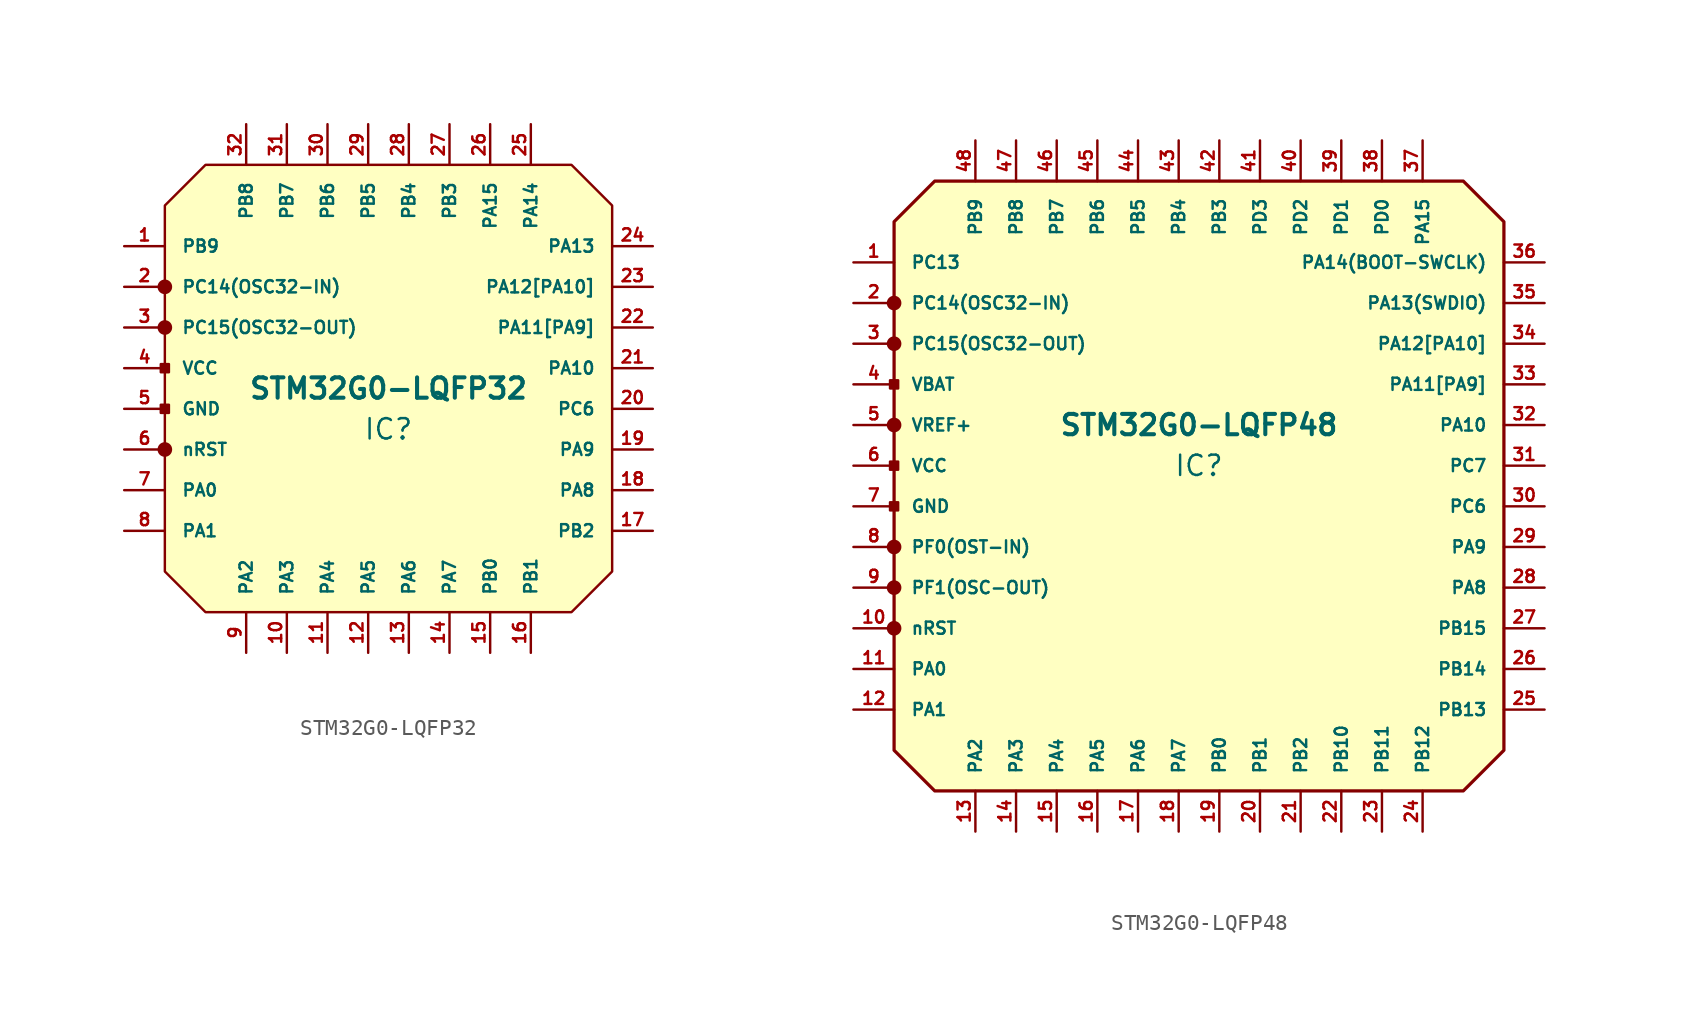
<source format=kicad_sym>
(kicad_symbol_lib
  (version 20231120)
  (generator "kicad_symbol_editor")
  (generator_version "8.0")
  (symbol "STM32G0-LQFP32"
    (pin_names
      (offset 1.016))
    (property "Reference" "IC"
      (at 0 -2.54 0)
      (effects (font (size 1.27 1.27))))
    (property "Value" "STM32G0-LQFP32"
      (at 0 0 0)
      (effects (font (size 1.27 1.27) (bold yes))))
    (symbol "STM32G0-LQFP32_0_1"
      (circle (center -13.97 -3.81) (radius 0.381) (stroke (width 0) (type solid)) (fill (type outline)))
      (circle (center -13.97 3.81) (radius 0.381) (stroke (width 0) (type solid)) (fill (type outline)))
      (circle (center -13.97 6.35) (radius 0.381) (stroke (width 0) (type solid)) (fill (type outline)))
      (polyline (pts (xy -14.224 -1.016) (xy -14.224 -1.524) (xy -13.716 -1.524) (xy -13.716 -1.016) (xy -14.224 -1.016)) (stroke (width 0) (type solid)) (fill (type outline)))
      (polyline (pts (xy -14.224 1.524) (xy -14.224 1.016) (xy -13.716 1.016) (xy -13.716 1.524) (xy -14.224 1.524)) (stroke (width 0) (type solid)) (fill (type outline)))
      (polyline (pts (xy -13.97 11.43) (xy -11.43 13.97) (xy 10.16 13.97) (xy 11.43 13.97) (xy 13.97 11.43) (xy 13.97 -11.43) (xy 11.43 -13.97) (xy -11.43 -13.97) (xy -13.97 -11.43) (xy -13.97 11.43)) (stroke (width 0) (type solid)) (fill (type background))))
    (symbol "STM32G0-LQFP32_1_1"
      (pin bidirectional line (at -16.51 8.89 0) (length 2.54) (name "PB9" (effects (font (size 0.762 0.762)))) (number "1" (effects (font (size 0.762 0.762)))))
      (pin bidirectional line (at -6.35 -16.51 90) (length 2.54) (name "PA3" (effects (font (size 0.762 0.762)))) (number "10" (effects (font (size 0.762 0.762)))))
      (pin bidirectional line (at -3.81 -16.51 90) (length 2.54) (name "PA4" (effects (font (size 0.762 0.762)))) (number "11" (effects (font (size 0.762 0.762)))))
      (pin bidirectional line (at -1.27 -16.51 90) (length 2.54) (name "PA5" (effects (font (size 0.762 0.762)))) (number "12" (effects (font (size 0.762 0.762)))))
      (pin bidirectional line (at 1.27 -16.51 90) (length 2.54) (name "PA6" (effects (font (size 0.762 0.762)))) (number "13" (effects (font (size 0.762 0.762)))))
      (pin bidirectional line (at 3.81 -16.51 90) (length 2.54) (name "PA7" (effects (font (size 0.762 0.762)))) (number "14" (effects (font (size 0.762 0.762)))))
      (pin bidirectional line (at 6.35 -16.51 90) (length 2.54) (name "PB0" (effects (font (size 0.762 0.762)))) (number "15" (effects (font (size 0.762 0.762)))))
      (pin bidirectional line (at 8.89 -16.51 90) (length 2.54) (name "PB1" (effects (font (size 0.762 0.762)))) (number "16" (effects (font (size 0.762 0.762)))))
      (pin bidirectional line (at 16.51 -8.89 180) (length 2.54) (name "PB2" (effects (font (size 0.762 0.762)))) (number "17" (effects (font (size 0.762 0.762)))))
      (pin bidirectional line (at 16.51 -6.35 180) (length 2.54) (name "PA8" (effects (font (size 0.762 0.762)))) (number "18" (effects (font (size 0.762 0.762)))))
      (pin bidirectional line (at 16.51 -3.81 180) (length 2.54) (name "PA9" (effects (font (size 0.762 0.762)))) (number "19" (effects (font (size 0.762 0.762)))))
      (pin bidirectional line (at -16.51 6.35 0) (length 2.54) (name "PC14(OSC32-IN)" (effects (font (size 0.762 0.762)))) (number "2" (effects (font (size 0.762 0.762)))))
      (pin bidirectional line (at 16.51 -1.27 180) (length 2.54) (name "PC6" (effects (font (size 0.762 0.762)))) (number "20" (effects (font (size 0.762 0.762)))))
      (pin bidirectional line (at 16.51 1.27 180) (length 2.54) (name "PA10" (effects (font (size 0.762 0.762)))) (number "21" (effects (font (size 0.762 0.762)))))
      (pin bidirectional line (at 16.51 3.81 180) (length 2.54) (name "PA11[PA9]" (effects (font (size 0.762 0.762)))) (number "22" (effects (font (size 0.762 0.762)))))
      (pin bidirectional line (at 16.51 6.35 180) (length 2.54) (name "PA12[PA10]" (effects (font (size 0.762 0.762)))) (number "23" (effects (font (size 0.762 0.762)))))
      (pin bidirectional line (at 16.51 8.89 180) (length 2.54) (name "PA13" (effects (font (size 0.762 0.762)))) (number "24" (effects (font (size 0.762 0.762)))))
      (pin bidirectional line (at 8.89 16.51 270) (length 2.54) (name "PA14" (effects (font (size 0.762 0.762)))) (number "25" (effects (font (size 0.762 0.762)))))
      (pin bidirectional line (at 6.35 16.51 270) (length 2.54) (name "PA15" (effects (font (size 0.762 0.762)))) (number "26" (effects (font (size 0.762 0.762)))))
      (pin bidirectional line (at 3.81 16.51 270) (length 2.54) (name "PB3" (effects (font (size 0.762 0.762)))) (number "27" (effects (font (size 0.762 0.762)))))
      (pin bidirectional line (at 1.27 16.51 270) (length 2.54) (name "PB4" (effects (font (size 0.762 0.762)))) (number "28" (effects (font (size 0.762 0.762)))))
      (pin bidirectional line (at -1.27 16.51 270) (length 2.54) (name "PB5" (effects (font (size 0.762 0.762)))) (number "29" (effects (font (size 0.762 0.762)))))
      (pin bidirectional line (at -16.51 3.81 0) (length 2.54) (name "PC15(OSC32-OUT)" (effects (font (size 0.762 0.762)))) (number "3" (effects (font (size 0.762 0.762)))))
      (pin bidirectional line (at -3.81 16.51 270) (length 2.54) (name "PB6" (effects (font (size 0.762 0.762)))) (number "30" (effects (font (size 0.762 0.762)))))
      (pin bidirectional line (at -6.35 16.51 270) (length 2.54) (name "PB7" (effects (font (size 0.762 0.762)))) (number "31" (effects (font (size 0.762 0.762)))))
      (pin bidirectional line (at -8.89 16.51 270) (length 2.54) (name "PB8" (effects (font (size 0.762 0.762)))) (number "32" (effects (font (size 0.762 0.762)))))
      (pin power_in line (at -16.51 1.27 0) (length 2.54) (name "VCC" (effects (font (size 0.762 0.762)))) (number "4" (effects (font (size 0.762 0.762)))))
      (pin power_in line (at -16.51 -1.27 0) (length 2.54) (name "GND" (effects (font (size 0.762 0.762)))) (number "5" (effects (font (size 0.762 0.762)))))
      (pin input line (at -16.51 -3.81 0) (length 2.54) (name "nRST" (effects (font (size 0.762 0.762)))) (number "6" (effects (font (size 0.762 0.762)))))
      (pin bidirectional line (at -16.51 -6.35 0) (length 2.54) (name "PA0" (effects (font (size 0.762 0.762)))) (number "7" (effects (font (size 0.762 0.762)))))
      (pin bidirectional line (at -16.51 -8.89 0) (length 2.54) (name "PA1" (effects (font (size 0.762 0.762)))) (number "8" (effects (font (size 0.762 0.762)))))
      (pin bidirectional line (at -8.89 -16.51 90) (length 2.54) (name "PA2" (effects (font (size 0.762 0.762)))) (number "9" (effects (font (size 0.762 0.762)))))))
  (symbol "STM32G0-LQFP48"
    (pin_names
      (offset 1.016))
    (property "Reference" "IC"
      (at 0 1.27 0)
      (effects (font (size 1.27 1.27))))
    (property "Value" "STM32G0-LQFP48"
      (at 0 3.81 0)
      (effects (font (size 1.27 1.27) (bold yes))))
    (symbol "STM32G0-LQFP48_0_1"
      (polyline (pts (xy -13.97 -19.05) (xy -16.51 -19.05) (xy -19.05 -16.51) (xy -19.05 16.51) (xy -16.51 19.05) (xy 16.51 19.05) (xy 19.05 16.51) (xy 19.05 -16.51) (xy 16.51 -19.05) (xy -13.97 -19.05)) (stroke (width 0.203) (type solid)) (fill (type background))))
    (symbol "STM32G0-LQFP48_1_1"
      (circle (center -19.05 -8.89) (radius 0.381) (stroke (width 0) (type solid)) (fill (type outline)))
      (circle (center -19.05 -6.35) (radius 0.381) (stroke (width 0) (type solid)) (fill (type outline)))
      (circle (center -19.05 -3.81) (radius 0.381) (stroke (width 0) (type solid)) (fill (type outline)))
      (circle (center -19.05 3.81) (radius 0.381) (stroke (width 0) (type solid)) (fill (type outline)))
      (circle (center -19.05 8.89) (radius 0.381) (stroke (width 0) (type solid)) (fill (type outline)))
      (circle (center -19.05 11.43) (radius 0.381) (stroke (width 0) (type solid)) (fill (type outline)))
      (polyline (pts (xy -19.304 -1.016) (xy -19.304 -1.524) (xy -18.796 -1.524) (xy -18.796 -1.016) (xy -19.304 -1.016)) (stroke (width 0) (type solid)) (fill (type outline)))
      (polyline (pts (xy -19.304 1.524) (xy -19.304 1.016) (xy -18.796 1.016) (xy -18.796 1.524) (xy -19.304 1.524)) (stroke (width 0) (type solid)) (fill (type outline)))
      (polyline (pts (xy -19.304 6.604) (xy -19.304 6.096) (xy -18.796 6.096) (xy -18.796 6.604) (xy -19.304 6.604)) (stroke (width 0) (type solid)) (fill (type outline)))
      (pin bidirectional line (at -21.59 13.97 0) (length 2.54) (name "PC13" (effects (font (size 0.762 0.762)))) (number "1" (effects (font (size 0.762 0.762)))))
      (pin input line (at -21.59 -8.89 0) (length 2.54) (name "nRST" (effects (font (size 0.762 0.762)))) (number "10" (effects (font (size 0.762 0.762)))))
      (pin bidirectional line (at -21.59 -11.43 0) (length 2.54) (name "PA0" (effects (font (size 0.762 0.762)))) (number "11" (effects (font (size 0.762 0.762)))))
      (pin bidirectional line (at -21.59 -13.97 0) (length 2.54) (name "PA1" (effects (font (size 0.762 0.762)))) (number "12" (effects (font (size 0.762 0.762)))))
      (pin bidirectional line (at -13.97 -21.59 90) (length 2.54) (name "PA2" (effects (font (size 0.762 0.762)))) (number "13" (effects (font (size 0.762 0.762)))))
      (pin bidirectional line (at -11.43 -21.59 90) (length 2.54) (name "PA3" (effects (font (size 0.762 0.762)))) (number "14" (effects (font (size 0.762 0.762)))))
      (pin bidirectional line (at -8.89 -21.59 90) (length 2.54) (name "PA4" (effects (font (size 0.762 0.762)))) (number "15" (effects (font (size 0.762 0.762)))))
      (pin bidirectional line (at -6.35 -21.59 90) (length 2.54) (name "PA5" (effects (font (size 0.762 0.762)))) (number "16" (effects (font (size 0.762 0.762)))))
      (pin bidirectional line (at -3.81 -21.59 90) (length 2.54) (name "PA6" (effects (font (size 0.762 0.762)))) (number "17" (effects (font (size 0.762 0.762)))))
      (pin bidirectional line (at -1.27 -21.59 90) (length 2.54) (name "PA7" (effects (font (size 0.762 0.762)))) (number "18" (effects (font (size 0.762 0.762)))))
      (pin bidirectional line (at 1.27 -21.59 90) (length 2.54) (name "PB0" (effects (font (size 0.762 0.762)))) (number "19" (effects (font (size 0.762 0.762)))))
      (pin bidirectional line (at -21.59 11.43 0) (length 2.54) (name "PC14(OSC32-IN)" (effects (font (size 0.762 0.762)))) (number "2" (effects (font (size 0.762 0.762)))))
      (pin bidirectional line (at 3.81 -21.59 90) (length 2.54) (name "PB1" (effects (font (size 0.762 0.762)))) (number "20" (effects (font (size 0.762 0.762)))))
      (pin bidirectional line (at 6.35 -21.59 90) (length 2.54) (name "PB2" (effects (font (size 0.762 0.762)))) (number "21" (effects (font (size 0.762 0.762)))))
      (pin bidirectional line (at 8.89 -21.59 90) (length 2.54) (name "PB10" (effects (font (size 0.762 0.762)))) (number "22" (effects (font (size 0.762 0.762)))))
      (pin bidirectional line (at 11.43 -21.59 90) (length 2.54) (name "PB11" (effects (font (size 0.762 0.762)))) (number "23" (effects (font (size 0.762 0.762)))))
      (pin bidirectional line (at 13.97 -21.59 90) (length 2.54) (name "PB12" (effects (font (size 0.762 0.762)))) (number "24" (effects (font (size 0.762 0.762)))))
      (pin bidirectional line (at 21.59 -13.97 180) (length 2.54) (name "PB13" (effects (font (size 0.762 0.762)))) (number "25" (effects (font (size 0.762 0.762)))))
      (pin bidirectional line (at 21.59 -11.43 180) (length 2.54) (name "PB14" (effects (font (size 0.762 0.762)))) (number "26" (effects (font (size 0.762 0.762)))))
      (pin bidirectional line (at 21.59 -8.89 180) (length 2.54) (name "PB15" (effects (font (size 0.762 0.762)))) (number "27" (effects (font (size 0.762 0.762)))))
      (pin bidirectional line (at 21.59 -6.35 180) (length 2.54) (name "PA8" (effects (font (size 0.762 0.762)))) (number "28" (effects (font (size 0.762 0.762)))))
      (pin bidirectional line (at 21.59 -3.81 180) (length 2.54) (name "PA9" (effects (font (size 0.762 0.762)))) (number "29" (effects (font (size 0.762 0.762)))))
      (pin bidirectional line (at -21.59 8.89 0) (length 2.54) (name "PC15(OSC32-OUT)" (effects (font (size 0.762 0.762)))) (number "3" (effects (font (size 0.762 0.762)))))
      (pin bidirectional line (at 21.59 -1.27 180) (length 2.54) (name "PC6" (effects (font (size 0.762 0.762)))) (number "30" (effects (font (size 0.762 0.762)))))
      (pin bidirectional line (at 21.59 1.27 180) (length 2.54) (name "PC7" (effects (font (size 0.762 0.762)))) (number "31" (effects (font (size 0.762 0.762)))))
      (pin bidirectional line (at 21.59 3.81 180) (length 2.54) (name "PA10" (effects (font (size 0.762 0.762)))) (number "32" (effects (font (size 0.762 0.762)))))
      (pin bidirectional line (at 21.59 6.35 180) (length 2.54) (name "PA11[PA9]" (effects (font (size 0.762 0.762)))) (number "33" (effects (font (size 0.762 0.762)))))
      (pin bidirectional line (at 21.59 8.89 180) (length 2.54) (name "PA12[PA10]" (effects (font (size 0.762 0.762)))) (number "34" (effects (font (size 0.762 0.762)))))
      (pin bidirectional line (at 21.59 11.43 180) (length 2.54) (name "PA13(SWDIO)" (effects (font (size 0.762 0.762)))) (number "35" (effects (font (size 0.762 0.762)))))
      (pin bidirectional line (at 21.59 13.97 180) (length 2.54) (name "PA14(BOOT-SWCLK)" (effects (font (size 0.762 0.762)))) (number "36" (effects (font (size 0.762 0.762)))))
      (pin bidirectional line (at 13.97 21.59 270) (length 2.54) (name "PA15" (effects (font (size 0.762 0.762)))) (number "37" (effects (font (size 0.762 0.762)))))
      (pin bidirectional line (at 11.43 21.59 270) (length 2.54) (name "PD0" (effects (font (size 0.762 0.762)))) (number "38" (effects (font (size 0.762 0.762)))))
      (pin bidirectional line (at 8.89 21.59 270) (length 2.54) (name "PD1" (effects (font (size 0.762 0.762)))) (number "39" (effects (font (size 0.762 0.762)))))
      (pin power_in line (at -21.59 6.35 0) (length 2.54) (name "VBAT" (effects (font (size 0.762 0.762)))) (number "4" (effects (font (size 0.762 0.762)))))
      (pin bidirectional line (at 6.35 21.59 270) (length 2.54) (name "PD2" (effects (font (size 0.762 0.762)))) (number "40" (effects (font (size 0.762 0.762)))))
      (pin bidirectional line (at 3.81 21.59 270) (length 2.54) (name "PD3" (effects (font (size 0.762 0.762)))) (number "41" (effects (font (size 0.762 0.762)))))
      (pin bidirectional line (at 1.27 21.59 270) (length 2.54) (name "PB3" (effects (font (size 0.762 0.762)))) (number "42" (effects (font (size 0.762 0.762)))))
      (pin bidirectional line (at -1.27 21.59 270) (length 2.54) (name "PB4" (effects (font (size 0.762 0.762)))) (number "43" (effects (font (size 0.762 0.762)))))
      (pin bidirectional line (at -3.81 21.59 270) (length 2.54) (name "PB5" (effects (font (size 0.762 0.762)))) (number "44" (effects (font (size 0.762 0.762)))))
      (pin bidirectional line (at -6.35 21.59 270) (length 2.54) (name "PB6" (effects (font (size 0.762 0.762)))) (number "45" (effects (font (size 0.762 0.762)))))
      (pin bidirectional line (at -8.89 21.59 270) (length 2.54) (name "PB7" (effects (font (size 0.762 0.762)))) (number "46" (effects (font (size 0.762 0.762)))))
      (pin bidirectional line (at -11.43 21.59 270) (length 2.54) (name "PB8" (effects (font (size 0.762 0.762)))) (number "47" (effects (font (size 0.762 0.762)))))
      (pin bidirectional line (at -13.97 21.59 270) (length 2.54) (name "PB9" (effects (font (size 0.762 0.762)))) (number "48" (effects (font (size 0.762 0.762)))))
      (pin input line (at -21.59 3.81 0) (length 2.54) (name "VREF+" (effects (font (size 0.762 0.762)))) (number "5" (effects (font (size 0.762 0.762)))))
      (pin power_in line (at -21.59 1.27 0) (length 2.54) (name "VCC" (effects (font (size 0.762 0.762)))) (number "6" (effects (font (size 0.762 0.762)))))
      (pin power_in line (at -21.59 -1.27 0) (length 2.54) (name "GND" (effects (font (size 0.762 0.762)))) (number "7" (effects (font (size 0.762 0.762)))))
      (pin bidirectional line (at -21.59 -3.81 0) (length 2.54) (name "PF0(OST-IN)" (effects (font (size 0.762 0.762)))) (number "8" (effects (font (size 0.762 0.762)))))
      (pin bidirectional line (at -21.59 -6.35 0) (length 2.54) (name "PF1(OSC-OUT)" (effects (font (size 0.762 0.762)))) (number "9" (effects (font (size 0.762 0.762))))))))
</source>
